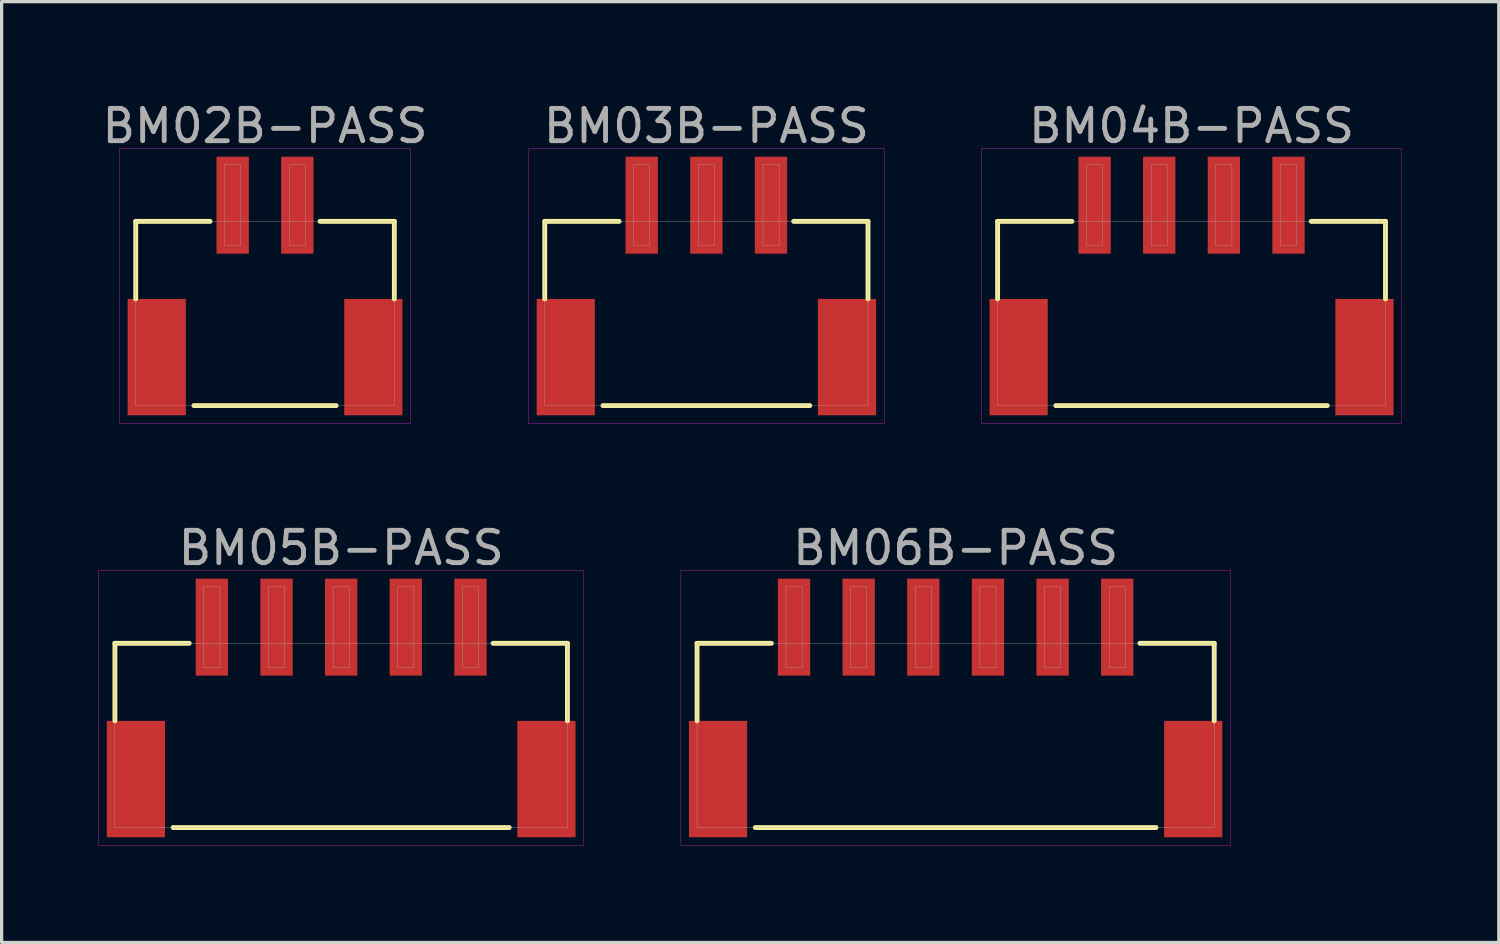
<source format=kicad_pcb>
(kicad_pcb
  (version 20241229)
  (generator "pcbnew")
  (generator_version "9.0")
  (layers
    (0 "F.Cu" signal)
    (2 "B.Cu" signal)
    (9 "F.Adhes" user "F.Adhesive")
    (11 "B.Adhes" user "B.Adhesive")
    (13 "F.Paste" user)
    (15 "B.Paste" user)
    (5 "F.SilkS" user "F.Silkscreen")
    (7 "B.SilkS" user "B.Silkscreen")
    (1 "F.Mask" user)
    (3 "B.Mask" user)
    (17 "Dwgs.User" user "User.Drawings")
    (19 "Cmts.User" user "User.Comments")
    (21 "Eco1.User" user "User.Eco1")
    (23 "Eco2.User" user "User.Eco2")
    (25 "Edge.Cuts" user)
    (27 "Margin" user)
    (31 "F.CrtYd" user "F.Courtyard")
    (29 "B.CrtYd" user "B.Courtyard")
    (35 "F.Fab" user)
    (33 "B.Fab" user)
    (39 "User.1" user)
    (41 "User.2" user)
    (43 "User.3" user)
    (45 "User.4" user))
  (footprint "BM05B-PASS"
    (layer "F.Cu")
    (at 7.505 16.352)
    (property "Reference" "BM05B-PASS" (at 0 -2.45 0) (layer "F.Fab") (effects (font (size 1 1) (thickness 0.15))))
    (attr through_hole)
    (fp_line (start -7 0.5) (end -4.7 0.5) (stroke (width 0.15) (type solid)) (layer "F.SilkS"))
    (fp_line (start -7 2.9) (end -7 0.5) (stroke (width 0.15) (type solid)) (layer "F.SilkS"))
    (fp_line (start -5.2 6.2) (end 5.2 6.2) (stroke (width 0.15) (type solid)) (layer "F.SilkS"))
    (fp_line (start 7 0.5) (end 4.7 0.5) (stroke (width 0.15) (type solid)) (layer "F.SilkS"))
    (fp_line (start 7 2.9) (end 7 0.5) (stroke (width 0.15) (type solid)) (layer "F.SilkS"))
    (fp_line (start -7.5 -1.75) (end 7.5 -1.75) (stroke (width 0.01) (type solid)) (layer "F.CrtYd"))
    (fp_line (start -7.5 6.75) (end -7.5 -1.75) (stroke (width 0.01) (type solid)) (layer "F.CrtYd"))
    (fp_line (start 7.5 -1.75) (end 7.5 6.75) (stroke (width 0.01) (type solid)) (layer "F.CrtYd"))
    (fp_line (start 7.5 6.75) (end -7.5 6.75) (stroke (width 0.01) (type solid)) (layer "F.CrtYd"))
    (fp_line (start -7 0.5) (end 7 0.5) (stroke (width 0.01) (type solid)) (layer "F.Fab"))
    (fp_line (start -7 6.2) (end -7 0.5) (stroke (width 0.01) (type solid)) (layer "F.Fab"))
    (fp_line (start -4.25 -1.25) (end -3.75 -1.25) (stroke (width 0.01) (type solid)) (layer "F.Fab"))
    (fp_line (start -4.25 1.25) (end -4.25 -1.25) (stroke (width 0.01) (type solid)) (layer "F.Fab"))
    (fp_line (start -3.75 -1.25) (end -3.75 1.25) (stroke (width 0.01) (type solid)) (layer "F.Fab"))
    (fp_line (start -3.75 1.25) (end -4.25 1.25) (stroke (width 0.01) (type solid)) (layer "F.Fab"))
    (fp_line (start -2.25 -1.25) (end -1.75 -1.25) (stroke (width 0.01) (type solid)) (layer "F.Fab"))
    (fp_line (start -2.25 1.25) (end -2.25 -1.25) (stroke (width 0.01) (type solid)) (layer "F.Fab"))
    (fp_line (start -1.75 -1.25) (end -1.75 1.25) (stroke (width 0.01) (type solid)) (layer "F.Fab"))
    (fp_line (start -1.75 1.25) (end -2.25 1.25) (stroke (width 0.01) (type solid)) (layer "F.Fab"))
    (fp_line (start -0.25 -1.25) (end 0.25 -1.25) (stroke (width 0.01) (type solid)) (layer "F.Fab"))
    (fp_line (start -0.25 1.25) (end -0.25 -1.25) (stroke (width 0.01) (type solid)) (layer "F.Fab"))
    (fp_line (start 0.25 -1.25) (end 0.25 1.25) (stroke (width 0.01) (type solid)) (layer "F.Fab"))
    (fp_line (start 0.25 1.25) (end -0.25 1.25) (stroke (width 0.01) (type solid)) (layer "F.Fab"))
    (fp_line (start 1.75 -1.25) (end 2.25 -1.25) (stroke (width 0.01) (type solid)) (layer "F.Fab"))
    (fp_line (start 1.75 1.25) (end 1.75 -1.25) (stroke (width 0.01) (type solid)) (layer "F.Fab"))
    (fp_line (start 2.25 -1.25) (end 2.25 1.25) (stroke (width 0.01) (type solid)) (layer "F.Fab"))
    (fp_line (start 2.25 1.25) (end 1.75 1.25) (stroke (width 0.01) (type solid)) (layer "F.Fab"))
    (fp_line (start 3.75 -1.25) (end 4.25 -1.25) (stroke (width 0.01) (type solid)) (layer "F.Fab"))
    (fp_line (start 3.75 1.25) (end 3.75 -1.25) (stroke (width 0.01) (type solid)) (layer "F.Fab"))
    (fp_line (start 4.25 -1.25) (end 4.25 1.25) (stroke (width 0.01) (type solid)) (layer "F.Fab"))
    (fp_line (start 4.25 1.25) (end 3.75 1.25) (stroke (width 0.01) (type solid)) (layer "F.Fab"))
    (fp_line (start 7 0.5) (end 7 6.2) (stroke (width 0.01) (type solid)) (layer "F.Fab"))
    (fp_line (start 7 6.2) (end -7 6.2) (stroke (width 0.01) (type solid)) (layer "F.Fab"))
    (pad "" smd rect (at -6.35 4.7) (size 1.8 3.6) (layers "F.Cu" "F.Mask" "F.Paste"))
    (pad "" smd rect (at 6.35 4.7) (size 1.8 3.6) (layers "F.Cu" "F.Mask" "F.Paste"))
    (pad "1" smd rect (at 4 0) (size 1 3) (layers "F.Cu" "F.Mask" "F.Paste"))
    (pad "2" smd rect (at 2 0) (size 1 3) (layers "F.Cu" "F.Mask" "F.Paste"))
    (pad "3" smd rect (at 0 0) (size 1 3) (layers "F.Cu" "F.Mask" "F.Paste"))
    (pad "4" smd rect (at -2 0) (size 1 3) (layers "F.Cu" "F.Mask" "F.Paste"))
    (pad "5" smd rect (at -4 0) (size 1 3) (layers "F.Cu" "F.Mask" "F.Paste")))
  (footprint "BM03B-PASS"
    (layer "F.Cu")
    (at 18.803 3.298)
    (property "Reference" "BM03B-PASS" (at 0 -2.45 0) (layer "F.Fab") (effects (font (size 1 1) (thickness 0.15))))
    (attr through_hole)
    (fp_line (start -5 0.5) (end -2.7 0.5) (stroke (width 0.15) (type solid)) (layer "F.SilkS"))
    (fp_line (start -5 2.9) (end -5 0.5) (stroke (width 0.15) (type solid)) (layer "F.SilkS"))
    (fp_line (start -3.2 6.2) (end 3.2 6.2) (stroke (width 0.15) (type solid)) (layer "F.SilkS"))
    (fp_line (start 5 0.5) (end 2.7 0.5) (stroke (width 0.15) (type solid)) (layer "F.SilkS"))
    (fp_line (start 5 2.9) (end 5 0.5) (stroke (width 0.15) (type solid)) (layer "F.SilkS"))
    (fp_line (start -5.5 -1.75) (end 5.5 -1.75) (stroke (width 0.01) (type solid)) (layer "F.CrtYd"))
    (fp_line (start -5.5 6.75) (end -5.5 -1.75) (stroke (width 0.01) (type solid)) (layer "F.CrtYd"))
    (fp_line (start 5.5 -1.75) (end 5.5 6.75) (stroke (width 0.01) (type solid)) (layer "F.CrtYd"))
    (fp_line (start 5.5 6.75) (end -5.5 6.75) (stroke (width 0.01) (type solid)) (layer "F.CrtYd"))
    (fp_line (start -5 0.5) (end 5 0.5) (stroke (width 0.01) (type solid)) (layer "F.Fab"))
    (fp_line (start -5 6.2) (end -5 0.5) (stroke (width 0.01) (type solid)) (layer "F.Fab"))
    (fp_line (start -2.25 -1.25) (end -1.75 -1.25) (stroke (width 0.01) (type solid)) (layer "F.Fab"))
    (fp_line (start -2.25 1.25) (end -2.25 -1.25) (stroke (width 0.01) (type solid)) (layer "F.Fab"))
    (fp_line (start -1.75 -1.25) (end -1.75 1.25) (stroke (width 0.01) (type solid)) (layer "F.Fab"))
    (fp_line (start -1.75 1.25) (end -2.25 1.25) (stroke (width 0.01) (type solid)) (layer "F.Fab"))
    (fp_line (start -0.25 -1.25) (end 0.25 -1.25) (stroke (width 0.01) (type solid)) (layer "F.Fab"))
    (fp_line (start -0.25 1.25) (end -0.25 -1.25) (stroke (width 0.01) (type solid)) (layer "F.Fab"))
    (fp_line (start 0.25 -1.25) (end 0.25 1.25) (stroke (width 0.01) (type solid)) (layer "F.Fab"))
    (fp_line (start 0.25 1.25) (end -0.25 1.25) (stroke (width 0.01) (type solid)) (layer "F.Fab"))
    (fp_line (start 1.75 -1.25) (end 2.25 -1.25) (stroke (width 0.01) (type solid)) (layer "F.Fab"))
    (fp_line (start 1.75 1.25) (end 1.75 -1.25) (stroke (width 0.01) (type solid)) (layer "F.Fab"))
    (fp_line (start 2.25 -1.25) (end 2.25 1.25) (stroke (width 0.01) (type solid)) (layer "F.Fab"))
    (fp_line (start 2.25 1.25) (end 1.75 1.25) (stroke (width 0.01) (type solid)) (layer "F.Fab"))
    (fp_line (start 5 0.5) (end 5 6.2) (stroke (width 0.01) (type solid)) (layer "F.Fab"))
    (fp_line (start 5 6.2) (end -5 6.2) (stroke (width 0.01) (type solid)) (layer "F.Fab"))
    (pad "" smd rect (at -4.35 4.7) (size 1.8 3.6) (layers "F.Cu" "F.Mask" "F.Paste"))
    (pad "" smd rect (at 4.35 4.7) (size 1.8 3.6) (layers "F.Cu" "F.Mask" "F.Paste"))
    (pad "1" smd rect (at 2 0) (size 1 3) (layers "F.Cu" "F.Mask" "F.Paste"))
    (pad "2" smd rect (at 0 0) (size 1 3) (layers "F.Cu" "F.Mask" "F.Paste"))
    (pad "3" smd rect (at -2 0) (size 1 3) (layers "F.Cu" "F.Mask" "F.Paste")))
  (footprint "BM02B-PASS"
    (layer "F.Cu")
    (at 5.149 3.298)
    (property "Reference" "BM02B-PASS" (at 0 -2.45 0) (layer "F.Fab") (effects (font (size 1 1) (thickness 0.15))))
    (attr through_hole)
    (fp_line (start -4 0.5) (end -1.7 0.5) (stroke (width 0.15) (type solid)) (layer "F.SilkS"))
    (fp_line (start -4 2.9) (end -4 0.5) (stroke (width 0.15) (type solid)) (layer "F.SilkS"))
    (fp_line (start -2.2 6.2) (end 2.2 6.2) (stroke (width 0.15) (type solid)) (layer "F.SilkS"))
    (fp_line (start 4 0.5) (end 1.7 0.5) (stroke (width 0.15) (type solid)) (layer "F.SilkS"))
    (fp_line (start 4 2.9) (end 4 0.5) (stroke (width 0.15) (type solid)) (layer "F.SilkS"))
    (fp_line (start -4.5 -1.75) (end 4.5 -1.75) (stroke (width 0.01) (type solid)) (layer "F.CrtYd"))
    (fp_line (start -4.5 6.75) (end -4.5 -1.75) (stroke (width 0.01) (type solid)) (layer "F.CrtYd"))
    (fp_line (start 4.5 -1.75) (end 4.5 6.75) (stroke (width 0.01) (type solid)) (layer "F.CrtYd"))
    (fp_line (start 4.5 6.75) (end -4.5 6.75) (stroke (width 0.01) (type solid)) (layer "F.CrtYd"))
    (fp_line (start -4 0.5) (end 4 0.5) (stroke (width 0.01) (type solid)) (layer "F.Fab"))
    (fp_line (start -4 6.2) (end -4 0.5) (stroke (width 0.01) (type solid)) (layer "F.Fab"))
    (fp_line (start -1.25 -1.25) (end -0.75 -1.25) (stroke (width 0.01) (type solid)) (layer "F.Fab"))
    (fp_line (start -1.25 1.25) (end -1.25 -1.25) (stroke (width 0.01) (type solid)) (layer "F.Fab"))
    (fp_line (start -0.75 -1.25) (end -0.75 1.25) (stroke (width 0.01) (type solid)) (layer "F.Fab"))
    (fp_line (start -0.75 1.25) (end -1.25 1.25) (stroke (width 0.01) (type solid)) (layer "F.Fab"))
    (fp_line (start 0.75 -1.25) (end 1.25 -1.25) (stroke (width 0.01) (type solid)) (layer "F.Fab"))
    (fp_line (start 0.75 1.25) (end 0.75 -1.25) (stroke (width 0.01) (type solid)) (layer "F.Fab"))
    (fp_line (start 1.25 -1.25) (end 1.25 1.25) (stroke (width 0.01) (type solid)) (layer "F.Fab"))
    (fp_line (start 1.25 1.25) (end 0.75 1.25) (stroke (width 0.01) (type solid)) (layer "F.Fab"))
    (fp_line (start 4 0.5) (end 4 6.2) (stroke (width 0.01) (type solid)) (layer "F.Fab"))
    (fp_line (start 4 6.2) (end -4 6.2) (stroke (width 0.01) (type solid)) (layer "F.Fab"))
    (pad "" smd rect (at -3.35 4.7) (size 1.8 3.6) (layers "F.Cu" "F.Mask" "F.Paste"))
    (pad "" smd rect (at 3.35 4.7) (size 1.8 3.6) (layers "F.Cu" "F.Mask" "F.Paste"))
    (pad "1" smd rect (at 1 0) (size 1 3) (layers "F.Cu" "F.Mask" "F.Paste"))
    (pad "2" smd rect (at -1 0) (size 1 3) (layers "F.Cu" "F.Mask" "F.Paste")))
  (footprint "BM06B-PASS"
    (layer "F.Cu")
    (at 26.515 16.352)
    (property "Reference" "BM06B-PASS" (at 0 -2.45 0) (layer "F.Fab") (effects (font (size 1 1) (thickness 0.15))))
    (attr through_hole)
    (fp_line (start -8 0.5) (end -5.7 0.5) (stroke (width 0.15) (type solid)) (layer "F.SilkS"))
    (fp_line (start -8 2.9) (end -8 0.5) (stroke (width 0.15) (type solid)) (layer "F.SilkS"))
    (fp_line (start -6.2 6.2) (end 6.2 6.2) (stroke (width 0.15) (type solid)) (layer "F.SilkS"))
    (fp_line (start 8 0.5) (end 5.7 0.5) (stroke (width 0.15) (type solid)) (layer "F.SilkS"))
    (fp_line (start 8 2.9) (end 8 0.5) (stroke (width 0.15) (type solid)) (layer "F.SilkS"))
    (fp_line (start -8.5 -1.75) (end 8.5 -1.75) (stroke (width 0.01) (type solid)) (layer "F.CrtYd"))
    (fp_line (start -8.5 6.75) (end -8.5 -1.75) (stroke (width 0.01) (type solid)) (layer "F.CrtYd"))
    (fp_line (start 8.5 -1.75) (end 8.5 6.75) (stroke (width 0.01) (type solid)) (layer "F.CrtYd"))
    (fp_line (start 8.5 6.75) (end -8.5 6.75) (stroke (width 0.01) (type solid)) (layer "F.CrtYd"))
    (fp_line (start -8 0.5) (end 8 0.5) (stroke (width 0.01) (type solid)) (layer "F.Fab"))
    (fp_line (start -8 6.2) (end -8 0.5) (stroke (width 0.01) (type solid)) (layer "F.Fab"))
    (fp_line (start -5.25 -1.25) (end -4.75 -1.25) (stroke (width 0.01) (type solid)) (layer "F.Fab"))
    (fp_line (start -5.25 1.25) (end -5.25 -1.25) (stroke (width 0.01) (type solid)) (layer "F.Fab"))
    (fp_line (start -4.75 -1.25) (end -4.75 1.25) (stroke (width 0.01) (type solid)) (layer "F.Fab"))
    (fp_line (start -4.75 1.25) (end -5.25 1.25) (stroke (width 0.01) (type solid)) (layer "F.Fab"))
    (fp_line (start -3.25 -1.25) (end -2.75 -1.25) (stroke (width 0.01) (type solid)) (layer "F.Fab"))
    (fp_line (start -3.25 1.25) (end -3.25 -1.25) (stroke (width 0.01) (type solid)) (layer "F.Fab"))
    (fp_line (start -2.75 -1.25) (end -2.75 1.25) (stroke (width 0.01) (type solid)) (layer "F.Fab"))
    (fp_line (start -2.75 1.25) (end -3.25 1.25) (stroke (width 0.01) (type solid)) (layer "F.Fab"))
    (fp_line (start -1.25 -1.25) (end -0.75 -1.25) (stroke (width 0.01) (type solid)) (layer "F.Fab"))
    (fp_line (start -1.25 1.25) (end -1.25 -1.25) (stroke (width 0.01) (type solid)) (layer "F.Fab"))
    (fp_line (start -0.75 -1.25) (end -0.75 1.25) (stroke (width 0.01) (type solid)) (layer "F.Fab"))
    (fp_line (start -0.75 1.25) (end -1.25 1.25) (stroke (width 0.01) (type solid)) (layer "F.Fab"))
    (fp_line (start 0.75 -1.25) (end 1.25 -1.25) (stroke (width 0.01) (type solid)) (layer "F.Fab"))
    (fp_line (start 0.75 1.25) (end 0.75 -1.25) (stroke (width 0.01) (type solid)) (layer "F.Fab"))
    (fp_line (start 1.25 -1.25) (end 1.25 1.25) (stroke (width 0.01) (type solid)) (layer "F.Fab"))
    (fp_line (start 1.25 1.25) (end 0.75 1.25) (stroke (width 0.01) (type solid)) (layer "F.Fab"))
    (fp_line (start 2.75 -1.25) (end 3.25 -1.25) (stroke (width 0.01) (type solid)) (layer "F.Fab"))
    (fp_line (start 2.75 1.25) (end 2.75 -1.25) (stroke (width 0.01) (type solid)) (layer "F.Fab"))
    (fp_line (start 3.25 -1.25) (end 3.25 1.25) (stroke (width 0.01) (type solid)) (layer "F.Fab"))
    (fp_line (start 3.25 1.25) (end 2.75 1.25) (stroke (width 0.01) (type solid)) (layer "F.Fab"))
    (fp_line (start 4.75 -1.25) (end 5.25 -1.25) (stroke (width 0.01) (type solid)) (layer "F.Fab"))
    (fp_line (start 4.75 1.25) (end 4.75 -1.25) (stroke (width 0.01) (type solid)) (layer "F.Fab"))
    (fp_line (start 5.25 -1.25) (end 5.25 1.25) (stroke (width 0.01) (type solid)) (layer "F.Fab"))
    (fp_line (start 5.25 1.25) (end 4.75 1.25) (stroke (width 0.01) (type solid)) (layer "F.Fab"))
    (fp_line (start 8 0.5) (end 8 6.2) (stroke (width 0.01) (type solid)) (layer "F.Fab"))
    (fp_line (start 8 6.2) (end -8 6.2) (stroke (width 0.01) (type solid)) (layer "F.Fab"))
    (pad "" smd rect (at -7.35 4.7) (size 1.8 3.6) (layers "F.Cu" "F.Mask" "F.Paste"))
    (pad "" smd rect (at 7.35 4.7) (size 1.8 3.6) (layers "F.Cu" "F.Mask" "F.Paste"))
    (pad "1" smd rect (at 5 0) (size 1 3) (layers "F.Cu" "F.Mask" "F.Paste"))
    (pad "2" smd rect (at 3 0) (size 1 3) (layers "F.Cu" "F.Mask" "F.Paste"))
    (pad "3" smd rect (at 1 0) (size 1 3) (layers "F.Cu" "F.Mask" "F.Paste"))
    (pad "4" smd rect (at -1 0) (size 1 3) (layers "F.Cu" "F.Mask" "F.Paste"))
    (pad "5" smd rect (at -3 0) (size 1 3) (layers "F.Cu" "F.Mask" "F.Paste"))
    (pad "6" smd rect (at -5 0) (size 1 3) (layers "F.Cu" "F.Mask" "F.Paste")))
  (footprint "BM04B-PASS"
    (layer "F.Cu")
    (at 33.813 3.298)
    (property "Reference" "BM04B-PASS" (at 0 -2.45 0) (layer "F.Fab") (effects (font (size 1 1) (thickness 0.15))))
    (attr through_hole)
    (fp_line (start -6 0.5) (end -3.7 0.5) (stroke (width 0.15) (type solid)) (layer "F.SilkS"))
    (fp_line (start -6 2.9) (end -6 0.5) (stroke (width 0.15) (type solid)) (layer "F.SilkS"))
    (fp_line (start -4.2 6.2) (end 4.2 6.2) (stroke (width 0.15) (type solid)) (layer "F.SilkS"))
    (fp_line (start 6 0.5) (end 3.7 0.5) (stroke (width 0.15) (type solid)) (layer "F.SilkS"))
    (fp_line (start 6 2.9) (end 6 0.5) (stroke (width 0.15) (type solid)) (layer "F.SilkS"))
    (fp_line (start -6.5 -1.75) (end 6.5 -1.75) (stroke (width 0.01) (type solid)) (layer "F.CrtYd"))
    (fp_line (start -6.5 6.75) (end -6.5 -1.75) (stroke (width 0.01) (type solid)) (layer "F.CrtYd"))
    (fp_line (start 6.5 -1.75) (end 6.5 6.75) (stroke (width 0.01) (type solid)) (layer "F.CrtYd"))
    (fp_line (start 6.5 6.75) (end -6.5 6.75) (stroke (width 0.01) (type solid)) (layer "F.CrtYd"))
    (fp_line (start -6 0.5) (end 6 0.5) (stroke (width 0.01) (type solid)) (layer "F.Fab"))
    (fp_line (start -6 6.2) (end -6 0.5) (stroke (width 0.01) (type solid)) (layer "F.Fab"))
    (fp_line (start -3.25 -1.25) (end -2.75 -1.25) (stroke (width 0.01) (type solid)) (layer "F.Fab"))
    (fp_line (start -3.25 1.25) (end -3.25 -1.25) (stroke (width 0.01) (type solid)) (layer "F.Fab"))
    (fp_line (start -2.75 -1.25) (end -2.75 1.25) (stroke (width 0.01) (type solid)) (layer "F.Fab"))
    (fp_line (start -2.75 1.25) (end -3.25 1.25) (stroke (width 0.01) (type solid)) (layer "F.Fab"))
    (fp_line (start -1.25 -1.25) (end -0.75 -1.25) (stroke (width 0.01) (type solid)) (layer "F.Fab"))
    (fp_line (start -1.25 1.25) (end -1.25 -1.25) (stroke (width 0.01) (type solid)) (layer "F.Fab"))
    (fp_line (start -0.75 -1.25) (end -0.75 1.25) (stroke (width 0.01) (type solid)) (layer "F.Fab"))
    (fp_line (start -0.75 1.25) (end -1.25 1.25) (stroke (width 0.01) (type solid)) (layer "F.Fab"))
    (fp_line (start 0.75 -1.25) (end 1.25 -1.25) (stroke (width 0.01) (type solid)) (layer "F.Fab"))
    (fp_line (start 0.75 1.25) (end 0.75 -1.25) (stroke (width 0.01) (type solid)) (layer "F.Fab"))
    (fp_line (start 1.25 -1.25) (end 1.25 1.25) (stroke (width 0.01) (type solid)) (layer "F.Fab"))
    (fp_line (start 1.25 1.25) (end 0.75 1.25) (stroke (width 0.01) (type solid)) (layer "F.Fab"))
    (fp_line (start 2.75 -1.25) (end 3.25 -1.25) (stroke (width 0.01) (type solid)) (layer "F.Fab"))
    (fp_line (start 2.75 1.25) (end 2.75 -1.25) (stroke (width 0.01) (type solid)) (layer "F.Fab"))
    (fp_line (start 3.25 -1.25) (end 3.25 1.25) (stroke (width 0.01) (type solid)) (layer "F.Fab"))
    (fp_line (start 3.25 1.25) (end 2.75 1.25) (stroke (width 0.01) (type solid)) (layer "F.Fab"))
    (fp_line (start 6 0.5) (end 6 6.2) (stroke (width 0.01) (type solid)) (layer "F.Fab"))
    (fp_line (start 6 6.2) (end -6 6.2) (stroke (width 0.01) (type solid)) (layer "F.Fab"))
    (pad "" smd rect (at -5.35 4.7) (size 1.8 3.6) (layers "F.Cu" "F.Mask" "F.Paste"))
    (pad "" smd rect (at 5.35 4.7) (size 1.8 3.6) (layers "F.Cu" "F.Mask" "F.Paste"))
    (pad "1" smd rect (at 3 0) (size 1 3) (layers "F.Cu" "F.Mask" "F.Paste"))
    (pad "2" smd rect (at 1 0) (size 1 3) (layers "F.Cu" "F.Mask" "F.Paste"))
    (pad "3" smd rect (at -1 0) (size 1 3) (layers "F.Cu" "F.Mask" "F.Paste"))
    (pad "4" smd rect (at -3 0) (size 1 3) (layers "F.Cu" "F.Mask" "F.Paste")))
  (gr_rect
    (start -3 -3)
    (end 43.318 26.107)
    (stroke (width 0.1) (type default))
    (fill no)
    (layer "Edge.Cuts")))
</source>
